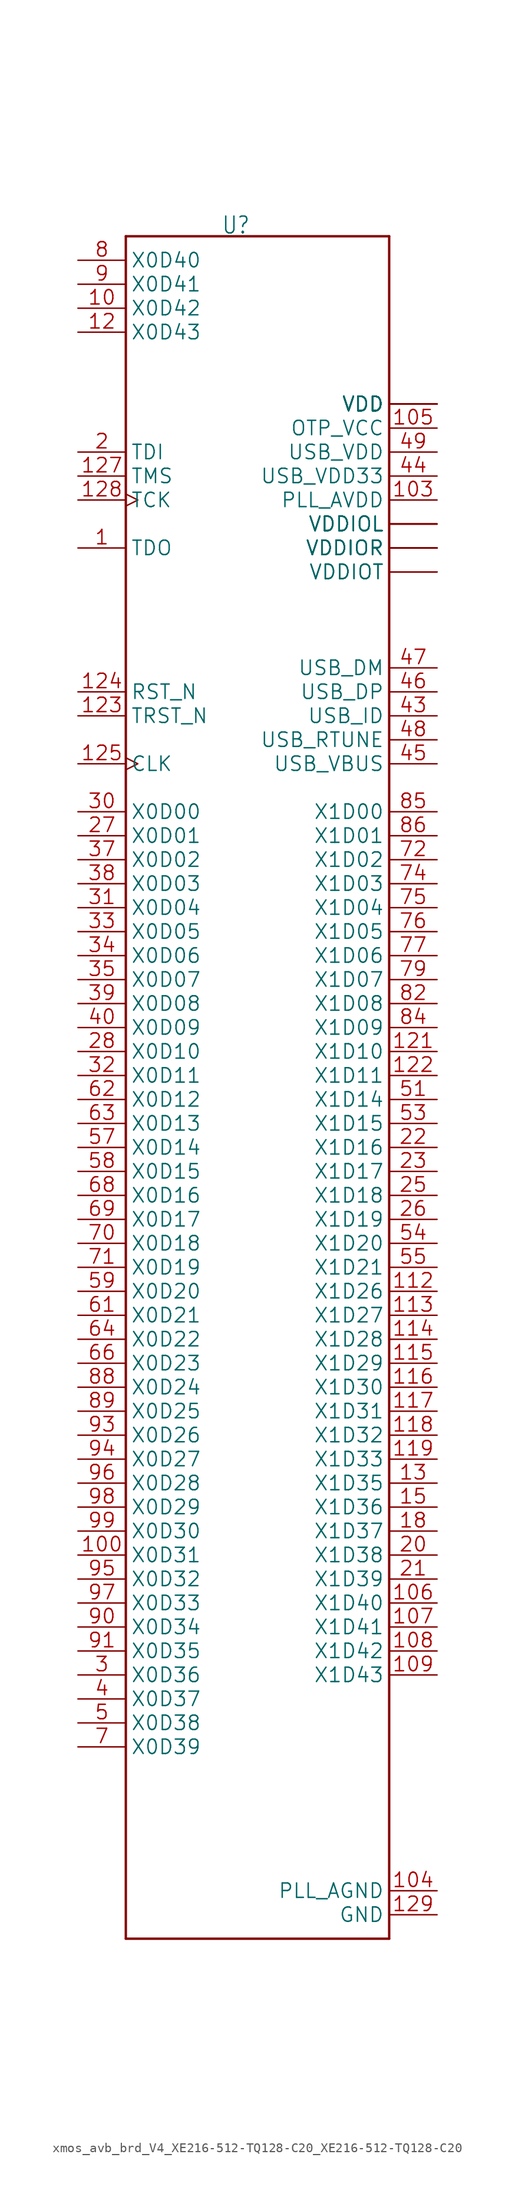
<source format=kicad_sym>
(kicad_symbol_lib
  (version 20241209)
  (generator "kicad_symbol_editor")
  (generator_version "9.0")
  (symbol "xmos_avb_brd_V4_XE216-512-TQ128-C20_XE216-512-TQ128-C20"
    (property "Reference" "U"
      (at -2.559 101.733 0)
      (effects (font (size 1.781 1.514)) (justify left bottom)))
    (property "Value" ""
      (at -12.705 -81.312 0)
      (effects (font (size 1.779 1.512)) (justify left bottom)))
    (property "ki_locked" ""
      (at 0 0 0)
      (effects (font (size 1.27 1.27))))
    (symbol "xmos_avb_brd_V4_XE216-512-TQ128-C20_XE216-512-TQ128-C20_1_0"
      (polyline (pts (xy -12.7 101.6) (xy 15.24 101.6)) (stroke (width 0.254) (type solid)) (fill (type none)))
      (polyline (pts (xy -12.7 -78.74) (xy -12.7 101.6)) (stroke (width 0.254) (type solid)) (fill (type none)))
      (polyline (pts (xy 15.24 101.6) (xy 15.24 -78.74)) (stroke (width 0.254) (type solid)) (fill (type none)))
      (polyline (pts (xy 15.24 -78.74) (xy -12.7 -78.74)) (stroke (width 0.254) (type solid)) (fill (type none)))
      (pin bidirectional line (at -17.78 99.06 0) (length 5.08) (name "X0D40" (effects (font (size 1.524 1.524)))) (number "8" (effects (font (size 1.524 1.524)))))
      (pin bidirectional line (at -17.78 96.52 0) (length 5.08) (name "X0D41" (effects (font (size 1.524 1.524)))) (number "9" (effects (font (size 1.524 1.524)))))
      (pin bidirectional line (at -17.78 93.98 0) (length 5.08) (name "X0D42" (effects (font (size 1.524 1.524)))) (number "10" (effects (font (size 1.524 1.524)))))
      (pin bidirectional line (at -17.78 91.44 0) (length 5.08) (name "X0D43" (effects (font (size 1.524 1.524)))) (number "12" (effects (font (size 1.524 1.524)))))
      (pin input line (at -17.78 78.74 0) (length 5.08) (name "TDI" (effects (font (size 1.524 1.524)))) (number "2" (effects (font (size 1.524 1.524)))))
      (pin input line (at -17.78 76.2 0) (length 5.08) (name "TMS" (effects (font (size 1.524 1.524)))) (number "127" (effects (font (size 1.524 1.524)))))
      (pin input clock (at -17.78 73.66 0) (length 5.08) (name "TCK" (effects (font (size 1.524 1.524)))) (number "128" (effects (font (size 1.524 1.524)))))
      (pin output line (at -17.78 68.58 0) (length 5.08) (name "TDO" (effects (font (size 1.524 1.524)))) (number "1" (effects (font (size 1.524 1.524)))))
      (pin input line (at -17.78 53.34 0) (length 5.08) (name "RST_N" (effects (font (size 1.524 1.524)))) (number "124" (effects (font (size 1.524 1.524)))))
      (pin input line (at -17.78 50.8 0) (length 5.08) (name "TRST_N" (effects (font (size 1.524 1.524)))) (number "123" (effects (font (size 1.524 1.524)))))
      (pin input clock (at -17.78 45.72 0) (length 5.08) (name "CLK" (effects (font (size 1.524 1.524)))) (number "125" (effects (font (size 1.524 1.524)))))
      (pin bidirectional line (at -17.78 40.64 0) (length 5.08) (name "X0D00" (effects (font (size 1.524 1.524)))) (number "30" (effects (font (size 1.524 1.524)))))
      (pin bidirectional line (at -17.78 38.1 0) (length 5.08) (name "X0D01" (effects (font (size 1.524 1.524)))) (number "27" (effects (font (size 1.524 1.524)))))
      (pin bidirectional line (at -17.78 35.56 0) (length 5.08) (name "X0D02" (effects (font (size 1.524 1.524)))) (number "37" (effects (font (size 1.524 1.524)))))
      (pin bidirectional line (at -17.78 33.02 0) (length 5.08) (name "X0D03" (effects (font (size 1.524 1.524)))) (number "38" (effects (font (size 1.524 1.524)))))
      (pin bidirectional line (at -17.78 30.48 0) (length 5.08) (name "X0D04" (effects (font (size 1.524 1.524)))) (number "31" (effects (font (size 1.524 1.524)))))
      (pin bidirectional line (at -17.78 27.94 0) (length 5.08) (name "X0D05" (effects (font (size 1.524 1.524)))) (number "33" (effects (font (size 1.524 1.524)))))
      (pin bidirectional line (at -17.78 25.4 0) (length 5.08) (name "X0D06" (effects (font (size 1.524 1.524)))) (number "34" (effects (font (size 1.524 1.524)))))
      (pin bidirectional line (at -17.78 22.86 0) (length 5.08) (name "X0D07" (effects (font (size 1.524 1.524)))) (number "35" (effects (font (size 1.524 1.524)))))
      (pin bidirectional line (at -17.78 20.32 0) (length 5.08) (name "X0D08" (effects (font (size 1.524 1.524)))) (number "39" (effects (font (size 1.524 1.524)))))
      (pin bidirectional line (at -17.78 17.78 0) (length 5.08) (name "X0D09" (effects (font (size 1.524 1.524)))) (number "40" (effects (font (size 1.524 1.524)))))
      (pin bidirectional line (at -17.78 15.24 0) (length 5.08) (name "X0D10" (effects (font (size 1.524 1.524)))) (number "28" (effects (font (size 1.524 1.524)))))
      (pin bidirectional line (at -17.78 12.7 0) (length 5.08) (name "X0D11" (effects (font (size 1.524 1.524)))) (number "32" (effects (font (size 1.524 1.524)))))
      (pin bidirectional line (at -17.78 10.16 0) (length 5.08) (name "X0D12" (effects (font (size 1.524 1.524)))) (number "62" (effects (font (size 1.524 1.524)))))
      (pin bidirectional line (at -17.78 7.62 0) (length 5.08) (name "X0D13" (effects (font (size 1.524 1.524)))) (number "63" (effects (font (size 1.524 1.524)))))
      (pin bidirectional line (at -17.78 5.08 0) (length 5.08) (name "X0D14" (effects (font (size 1.524 1.524)))) (number "57" (effects (font (size 1.524 1.524)))))
      (pin bidirectional line (at -17.78 2.54 0) (length 5.08) (name "X0D15" (effects (font (size 1.524 1.524)))) (number "58" (effects (font (size 1.524 1.524)))))
      (pin bidirectional line (at -17.78 0 0) (length 5.08) (name "X0D16" (effects (font (size 1.524 1.524)))) (number "68" (effects (font (size 1.524 1.524)))))
      (pin bidirectional line (at -17.78 -2.54 0) (length 5.08) (name "X0D17" (effects (font (size 1.524 1.524)))) (number "69" (effects (font (size 1.524 1.524)))))
      (pin bidirectional line (at -17.78 -5.08 0) (length 5.08) (name "X0D18" (effects (font (size 1.524 1.524)))) (number "70" (effects (font (size 1.524 1.524)))))
      (pin bidirectional line (at -17.78 -7.62 0) (length 5.08) (name "X0D19" (effects (font (size 1.524 1.524)))) (number "71" (effects (font (size 1.524 1.524)))))
      (pin bidirectional line (at -17.78 -10.16 0) (length 5.08) (name "X0D20" (effects (font (size 1.524 1.524)))) (number "59" (effects (font (size 1.524 1.524)))))
      (pin bidirectional line (at -17.78 -12.7 0) (length 5.08) (name "X0D21" (effects (font (size 1.524 1.524)))) (number "61" (effects (font (size 1.524 1.524)))))
      (pin bidirectional line (at -17.78 -15.24 0) (length 5.08) (name "X0D22" (effects (font (size 1.524 1.524)))) (number "64" (effects (font (size 1.524 1.524)))))
      (pin bidirectional line (at -17.78 -17.78 0) (length 5.08) (name "X0D23" (effects (font (size 1.524 1.524)))) (number "66" (effects (font (size 1.524 1.524)))))
      (pin bidirectional line (at -17.78 -20.32 0) (length 5.08) (name "X0D24" (effects (font (size 1.524 1.524)))) (number "88" (effects (font (size 1.524 1.524)))))
      (pin bidirectional line (at -17.78 -22.86 0) (length 5.08) (name "X0D25" (effects (font (size 1.524 1.524)))) (number "89" (effects (font (size 1.524 1.524)))))
      (pin bidirectional line (at -17.78 -25.4 0) (length 5.08) (name "X0D26" (effects (font (size 1.524 1.524)))) (number "93" (effects (font (size 1.524 1.524)))))
      (pin bidirectional line (at -17.78 -27.94 0) (length 5.08) (name "X0D27" (effects (font (size 1.524 1.524)))) (number "94" (effects (font (size 1.524 1.524)))))
      (pin bidirectional line (at -17.78 -30.48 0) (length 5.08) (name "X0D28" (effects (font (size 1.524 1.524)))) (number "96" (effects (font (size 1.524 1.524)))))
      (pin bidirectional line (at -17.78 -33.02 0) (length 5.08) (name "X0D29" (effects (font (size 1.524 1.524)))) (number "98" (effects (font (size 1.524 1.524)))))
      (pin bidirectional line (at -17.78 -35.56 0) (length 5.08) (name "X0D30" (effects (font (size 1.524 1.524)))) (number "99" (effects (font (size 1.524 1.524)))))
      (pin bidirectional line (at -17.78 -38.1 0) (length 5.08) (name "X0D31" (effects (font (size 1.524 1.524)))) (number "100" (effects (font (size 1.524 1.524)))))
      (pin bidirectional line (at -17.78 -40.64 0) (length 5.08) (name "X0D32" (effects (font (size 1.524 1.524)))) (number "95" (effects (font (size 1.524 1.524)))))
      (pin bidirectional line (at -17.78 -43.18 0) (length 5.08) (name "X0D33" (effects (font (size 1.524 1.524)))) (number "97" (effects (font (size 1.524 1.524)))))
      (pin bidirectional line (at -17.78 -45.72 0) (length 5.08) (name "X0D34" (effects (font (size 1.524 1.524)))) (number "90" (effects (font (size 1.524 1.524)))))
      (pin bidirectional line (at -17.78 -48.26 0) (length 5.08) (name "X0D35" (effects (font (size 1.524 1.524)))) (number "91" (effects (font (size 1.524 1.524)))))
      (pin bidirectional line (at -17.78 -50.8 0) (length 5.08) (name "X0D36" (effects (font (size 1.524 1.524)))) (number "3" (effects (font (size 1.524 1.524)))))
      (pin bidirectional line (at -17.78 -53.34 0) (length 5.08) (name "X0D37" (effects (font (size 1.524 1.524)))) (number "4" (effects (font (size 1.524 1.524)))))
      (pin bidirectional line (at -17.78 -55.88 0) (length 5.08) (name "X0D38" (effects (font (size 1.524 1.524)))) (number "5" (effects (font (size 1.524 1.524)))))
      (pin bidirectional line (at -17.78 -58.42 0) (length 5.08) (name "X0D39" (effects (font (size 1.524 1.524)))) (number "7" (effects (font (size 1.524 1.524)))))
      (pin power_in line (at 20.32 83.82 180) (length 5.08) (name "VDD" (effects (font (size 1.524 1.524)))) (number "101" (effects (font (size 0 0)))))
      (pin power_in line (at 20.32 83.82 180) (length 5.08) (name "VDD" (effects (font (size 1.524 1.524)))) (number "102" (effects (font (size 0 0)))))
      (pin power_in line (at 20.32 83.82 180) (length 5.08) (name "VDD" (effects (font (size 1.524 1.524)))) (number "11" (effects (font (size 0 0)))))
      (pin power_in line (at 20.32 83.82 180) (length 5.08) (name "VDD" (effects (font (size 1.524 1.524)))) (number "120" (effects (font (size 0 0)))))
      (pin power_in line (at 20.32 83.82 180) (length 5.08) (name "VDD" (effects (font (size 1.524 1.524)))) (number "126" (effects (font (size 0 0)))))
      (pin power_in line (at 20.32 83.82 180) (length 5.08) (name "VDD" (effects (font (size 1.524 1.524)))) (number "16" (effects (font (size 0 0)))))
      (pin power_in line (at 20.32 83.82 180) (length 5.08) (name "VDD" (effects (font (size 1.524 1.524)))) (number "17" (effects (font (size 0 0)))))
      (pin power_in line (at 20.32 83.82 180) (length 5.08) (name "VDD" (effects (font (size 1.524 1.524)))) (number "24" (effects (font (size 0 0)))))
      (pin power_in line (at 20.32 83.82 180) (length 5.08) (name "VDD" (effects (font (size 1.524 1.524)))) (number "36" (effects (font (size 0 0)))))
      (pin power_in line (at 20.32 83.82 180) (length 5.08) (name "VDD" (effects (font (size 1.524 1.524)))) (number "41" (effects (font (size 0 0)))))
      (pin power_in line (at 20.32 83.82 180) (length 5.08) (name "VDD" (effects (font (size 1.524 1.524)))) (number "56" (effects (font (size 0 0)))))
      (pin power_in line (at 20.32 83.82 180) (length 5.08) (name "VDD" (effects (font (size 1.524 1.524)))) (number "60" (effects (font (size 0 0)))))
      (pin power_in line (at 20.32 83.82 180) (length 5.08) (name "VDD" (effects (font (size 1.524 1.524)))) (number "73" (effects (font (size 0 0)))))
      (pin power_in line (at 20.32 83.82 180) (length 5.08) (name "VDD" (effects (font (size 1.524 1.524)))) (number "80" (effects (font (size 0 0)))))
      (pin power_in line (at 20.32 83.82 180) (length 5.08) (name "VDD" (effects (font (size 1.524 1.524)))) (number "81" (effects (font (size 0 0)))))
      (pin power_in line (at 20.32 83.82 180) (length 5.08) (name "VDD" (effects (font (size 1.524 1.524)))) (number "87" (effects (font (size 0 0)))))
      (pin power_in line (at 20.32 81.28 180) (length 5.08) (name "OTP_VCC" (effects (font (size 1.524 1.524)))) (number "105" (effects (font (size 1.524 1.524)))))
      (pin power_in line (at 20.32 78.74 180) (length 5.08) (name "USB_VDD" (effects (font (size 1.524 1.524)))) (number "49" (effects (font (size 1.524 1.524)))))
      (pin power_in line (at 20.32 76.2 180) (length 5.08) (name "USB_VDD33" (effects (font (size 1.524 1.524)))) (number "44" (effects (font (size 1.524 1.524)))))
      (pin power_in line (at 20.32 73.66 180) (length 5.08) (name "PLL_AVDD" (effects (font (size 1.524 1.524)))) (number "103" (effects (font (size 1.524 1.524)))))
      (pin power_in line (at 20.32 71.12 180) (length 5.08) (name "VDDIOL" (effects (font (size 1.524 1.524)))) (number "14" (effects (font (size 0 0)))))
      (pin power_in line (at 20.32 71.12 180) (length 5.08) (name "VDDIOL" (effects (font (size 1.524 1.524)))) (number "19" (effects (font (size 0 0)))))
      (pin power_in line (at 20.32 71.12 180) (length 5.08) (name "VDDIOL" (effects (font (size 1.524 1.524)))) (number "29" (effects (font (size 0 0)))))
      (pin power_in line (at 20.32 71.12 180) (length 5.08) (name "VDDIOL" (effects (font (size 1.524 1.524)))) (number "42" (effects (font (size 0 0)))))
      (pin power_in line (at 20.32 71.12 180) (length 5.08) (name "VDDIOL" (effects (font (size 1.524 1.524)))) (number "6" (effects (font (size 0 0)))))
      (pin power_in line (at 20.32 68.58 180) (length 5.08) (name "VDDIOR" (effects (font (size 1.524 1.524)))) (number "52" (effects (font (size 0 0)))))
      (pin power_in line (at 20.32 68.58 180) (length 5.08) (name "VDDIOR" (effects (font (size 1.524 1.524)))) (number "67" (effects (font (size 0 0)))))
      (pin power_in line (at 20.32 68.58 180) (length 5.08) (name "VDDIOR" (effects (font (size 1.524 1.524)))) (number "78" (effects (font (size 0 0)))))
      (pin power_in line (at 20.32 68.58 180) (length 5.08) (name "VDDIOR" (effects (font (size 1.524 1.524)))) (number "83" (effects (font (size 0 0)))))
      (pin power_in line (at 20.32 68.58 180) (length 5.08) (name "VDDIOR" (effects (font (size 1.524 1.524)))) (number "92" (effects (font (size 0 0)))))
      (pin power_in line (at 20.32 66.04 180) (length 5.08) (name "VDDIOT" (effects (font (size 1.524 1.524)))) (number "110" (effects (font (size 0 0)))))
      (pin power_in line (at 20.32 66.04 180) (length 5.08) (name "VDDIOT" (effects (font (size 1.524 1.524)))) (number "111" (effects (font (size 0 0)))))
      (pin bidirectional line (at 20.32 55.88 180) (length 5.08) (name "USB_DM" (effects (font (size 1.524 1.524)))) (number "47" (effects (font (size 1.524 1.524)))))
      (pin bidirectional line (at 20.32 53.34 180) (length 5.08) (name "USB_DP" (effects (font (size 1.524 1.524)))) (number "46" (effects (font (size 1.524 1.524)))))
      (pin bidirectional line (at 20.32 50.8 180) (length 5.08) (name "USB_ID" (effects (font (size 1.524 1.524)))) (number "43" (effects (font (size 1.524 1.524)))))
      (pin bidirectional line (at 20.32 48.26 180) (length 5.08) (name "USB_RTUNE" (effects (font (size 1.524 1.524)))) (number "48" (effects (font (size 1.524 1.524)))))
      (pin bidirectional line (at 20.32 45.72 180) (length 5.08) (name "USB_VBUS" (effects (font (size 1.524 1.524)))) (number "45" (effects (font (size 1.524 1.524)))))
      (pin bidirectional line (at 20.32 40.64 180) (length 5.08) (name "X1D00" (effects (font (size 1.524 1.524)))) (number "85" (effects (font (size 1.524 1.524)))))
      (pin bidirectional line (at 20.32 38.1 180) (length 5.08) (name "X1D01" (effects (font (size 1.524 1.524)))) (number "86" (effects (font (size 1.524 1.524)))))
      (pin bidirectional line (at 20.32 35.56 180) (length 5.08) (name "X1D02" (effects (font (size 1.524 1.524)))) (number "72" (effects (font (size 1.524 1.524)))))
      (pin bidirectional line (at 20.32 33.02 180) (length 5.08) (name "X1D03" (effects (font (size 1.524 1.524)))) (number "74" (effects (font (size 1.524 1.524)))))
      (pin bidirectional line (at 20.32 30.48 180) (length 5.08) (name "X1D04" (effects (font (size 1.524 1.524)))) (number "75" (effects (font (size 1.524 1.524)))))
      (pin bidirectional line (at 20.32 27.94 180) (length 5.08) (name "X1D05" (effects (font (size 1.524 1.524)))) (number "76" (effects (font (size 1.524 1.524)))))
      (pin bidirectional line (at 20.32 25.4 180) (length 5.08) (name "X1D06" (effects (font (size 1.524 1.524)))) (number "77" (effects (font (size 1.524 1.524)))))
      (pin bidirectional line (at 20.32 22.86 180) (length 5.08) (name "X1D07" (effects (font (size 1.524 1.524)))) (number "79" (effects (font (size 1.524 1.524)))))
      (pin bidirectional line (at 20.32 20.32 180) (length 5.08) (name "X1D08" (effects (font (size 1.524 1.524)))) (number "82" (effects (font (size 1.524 1.524)))))
      (pin bidirectional line (at 20.32 17.78 180) (length 5.08) (name "X1D09" (effects (font (size 1.524 1.524)))) (number "84" (effects (font (size 1.524 1.524)))))
      (pin bidirectional line (at 20.32 15.24 180) (length 5.08) (name "X1D10" (effects (font (size 1.524 1.524)))) (number "121" (effects (font (size 1.524 1.524)))))
      (pin bidirectional line (at 20.32 12.7 180) (length 5.08) (name "X1D11" (effects (font (size 1.524 1.524)))) (number "122" (effects (font (size 1.524 1.524)))))
      (pin bidirectional line (at 20.32 10.16 180) (length 5.08) (name "X1D14" (effects (font (size 1.524 1.524)))) (number "51" (effects (font (size 1.524 1.524)))))
      (pin bidirectional line (at 20.32 7.62 180) (length 5.08) (name "X1D15" (effects (font (size 1.524 1.524)))) (number "53" (effects (font (size 1.524 1.524)))))
      (pin bidirectional line (at 20.32 5.08 180) (length 5.08) (name "X1D16" (effects (font (size 1.524 1.524)))) (number "22" (effects (font (size 1.524 1.524)))))
      (pin bidirectional line (at 20.32 2.54 180) (length 5.08) (name "X1D17" (effects (font (size 1.524 1.524)))) (number "23" (effects (font (size 1.524 1.524)))))
      (pin bidirectional line (at 20.32 0 180) (length 5.08) (name "X1D18" (effects (font (size 1.524 1.524)))) (number "25" (effects (font (size 1.524 1.524)))))
      (pin bidirectional line (at 20.32 -2.54 180) (length 5.08) (name "X1D19" (effects (font (size 1.524 1.524)))) (number "26" (effects (font (size 1.524 1.524)))))
      (pin bidirectional line (at 20.32 -5.08 180) (length 5.08) (name "X1D20" (effects (font (size 1.524 1.524)))) (number "54" (effects (font (size 1.524 1.524)))))
      (pin bidirectional line (at 20.32 -7.62 180) (length 5.08) (name "X1D21" (effects (font (size 1.524 1.524)))) (number "55" (effects (font (size 1.524 1.524)))))
      (pin bidirectional line (at 20.32 -10.16 180) (length 5.08) (name "X1D26" (effects (font (size 1.524 1.524)))) (number "112" (effects (font (size 1.524 1.524)))))
      (pin bidirectional line (at 20.32 -12.7 180) (length 5.08) (name "X1D27" (effects (font (size 1.524 1.524)))) (number "113" (effects (font (size 1.524 1.524)))))
      (pin bidirectional line (at 20.32 -15.24 180) (length 5.08) (name "X1D28" (effects (font (size 1.524 1.524)))) (number "114" (effects (font (size 1.524 1.524)))))
      (pin bidirectional line (at 20.32 -17.78 180) (length 5.08) (name "X1D29" (effects (font (size 1.524 1.524)))) (number "115" (effects (font (size 1.524 1.524)))))
      (pin bidirectional line (at 20.32 -20.32 180) (length 5.08) (name "X1D30" (effects (font (size 1.524 1.524)))) (number "116" (effects (font (size 1.524 1.524)))))
      (pin bidirectional line (at 20.32 -22.86 180) (length 5.08) (name "X1D31" (effects (font (size 1.524 1.524)))) (number "117" (effects (font (size 1.524 1.524)))))
      (pin bidirectional line (at 20.32 -25.4 180) (length 5.08) (name "X1D32" (effects (font (size 1.524 1.524)))) (number "118" (effects (font (size 1.524 1.524)))))
      (pin bidirectional line (at 20.32 -27.94 180) (length 5.08) (name "X1D33" (effects (font (size 1.524 1.524)))) (number "119" (effects (font (size 1.524 1.524)))))
      (pin bidirectional line (at 20.32 -30.48 180) (length 5.08) (name "X1D35" (effects (font (size 1.524 1.524)))) (number "13" (effects (font (size 1.524 1.524)))))
      (pin bidirectional line (at 20.32 -33.02 180) (length 5.08) (name "X1D36" (effects (font (size 1.524 1.524)))) (number "15" (effects (font (size 1.524 1.524)))))
      (pin bidirectional line (at 20.32 -35.56 180) (length 5.08) (name "X1D37" (effects (font (size 1.524 1.524)))) (number "18" (effects (font (size 1.524 1.524)))))
      (pin bidirectional line (at 20.32 -38.1 180) (length 5.08) (name "X1D38" (effects (font (size 1.524 1.524)))) (number "20" (effects (font (size 1.524 1.524)))))
      (pin bidirectional line (at 20.32 -40.64 180) (length 5.08) (name "X1D39" (effects (font (size 1.524 1.524)))) (number "21" (effects (font (size 1.524 1.524)))))
      (pin bidirectional line (at 20.32 -43.18 180) (length 5.08) (name "X1D40" (effects (font (size 1.524 1.524)))) (number "106" (effects (font (size 1.524 1.524)))))
      (pin bidirectional line (at 20.32 -45.72 180) (length 5.08) (name "X1D41" (effects (font (size 1.524 1.524)))) (number "107" (effects (font (size 1.524 1.524)))))
      (pin bidirectional line (at 20.32 -48.26 180) (length 5.08) (name "X1D42" (effects (font (size 1.524 1.524)))) (number "108" (effects (font (size 1.524 1.524)))))
      (pin bidirectional line (at 20.32 -50.8 180) (length 5.08) (name "X1D43" (effects (font (size 1.524 1.524)))) (number "109" (effects (font (size 1.524 1.524)))))
      (pin power_in line (at 20.32 -73.66 180) (length 5.08) (name "PLL_AGND" (effects (font (size 1.524 1.524)))) (number "104" (effects (font (size 1.524 1.524)))))
      (pin power_in line (at 20.32 -76.2 180) (length 5.08) (name "GND" (effects (font (size 1.524 1.524)))) (number "129" (effects (font (size 1.524 1.524))))))))
</source>
